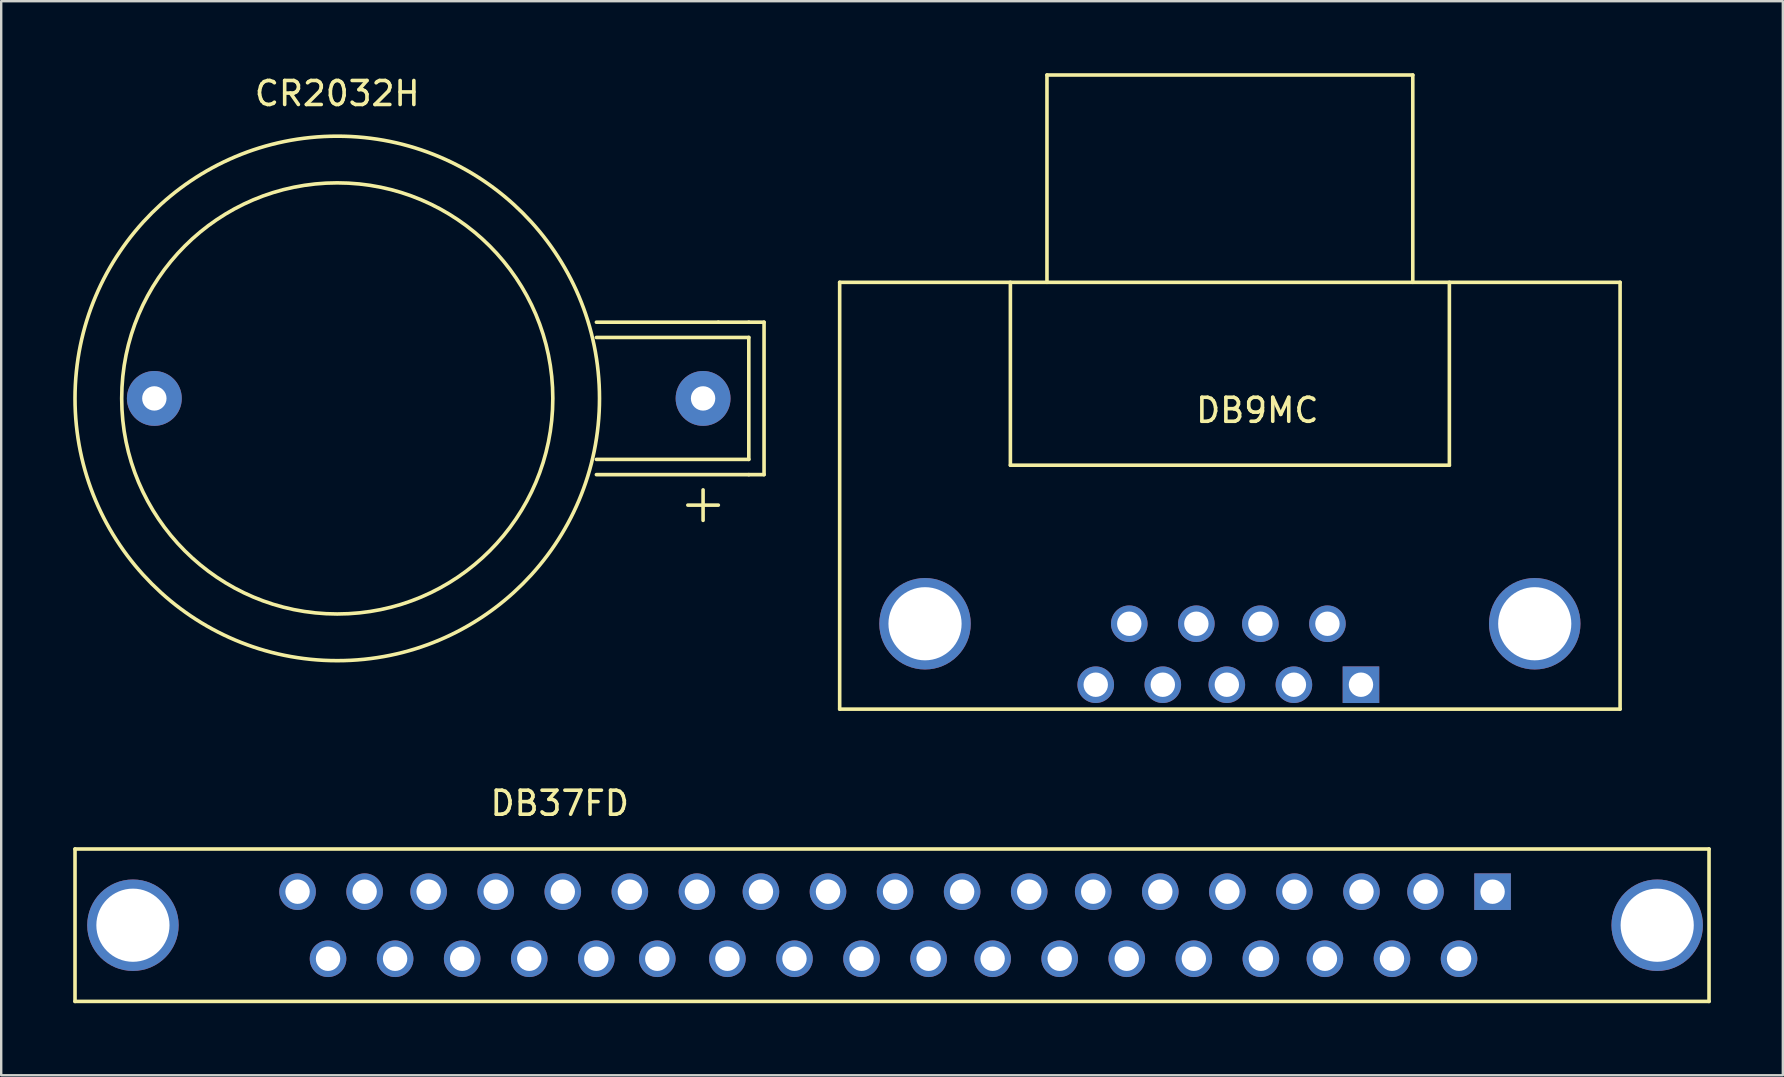
<source format=kicad_pcb>
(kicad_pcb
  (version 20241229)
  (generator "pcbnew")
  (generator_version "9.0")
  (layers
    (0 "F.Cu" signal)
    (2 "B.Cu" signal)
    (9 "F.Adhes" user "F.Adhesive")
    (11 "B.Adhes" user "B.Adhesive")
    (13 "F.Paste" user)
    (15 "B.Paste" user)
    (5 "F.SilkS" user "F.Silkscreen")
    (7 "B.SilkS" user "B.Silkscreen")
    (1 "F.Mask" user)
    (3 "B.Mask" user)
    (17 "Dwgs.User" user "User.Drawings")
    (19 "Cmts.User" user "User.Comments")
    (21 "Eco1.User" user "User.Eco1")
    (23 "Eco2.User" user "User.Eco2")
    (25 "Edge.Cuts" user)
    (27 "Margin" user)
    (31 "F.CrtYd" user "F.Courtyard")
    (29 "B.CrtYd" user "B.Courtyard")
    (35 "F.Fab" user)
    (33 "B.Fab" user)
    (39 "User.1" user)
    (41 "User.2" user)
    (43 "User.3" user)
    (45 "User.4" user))
  (footprint "CR2032H"
    (layer "F.Cu")
    (at 11 13.548)
    (property "Reference" "CR2032H" (at 0 -12.7 0) (layer "F.SilkS") (effects (font (size 1 1) (thickness 0.15))))
    (attr through_hole)
    (fp_line (start 10.795 -3.175) (end 15.875 -3.175) (stroke (width 0.15) (type solid)) (layer "F.SilkS"))
    (fp_line (start 10.795 -2.54) (end 17.145 -2.54) (stroke (width 0.15) (type solid)) (layer "F.SilkS"))
    (fp_line (start 14.605 4.445) (end 15.875 4.445) (stroke (width 0.15) (type solid)) (layer "F.SilkS"))
    (fp_line (start 15.24 3.81) (end 15.24 5.08) (stroke (width 0.15) (type solid)) (layer "F.SilkS"))
    (fp_line (start 15.875 -3.175) (end 17.145 -3.175) (stroke (width 0.15) (type solid)) (layer "F.SilkS"))
    (fp_line (start 17.145 -3.175) (end 17.78 -3.175) (stroke (width 0.15) (type solid)) (layer "F.SilkS"))
    (fp_line (start 17.145 -2.54) (end 17.145 2.54) (stroke (width 0.15) (type solid)) (layer "F.SilkS"))
    (fp_line (start 17.145 2.54) (end 10.795 2.54) (stroke (width 0.15) (type solid)) (layer "F.SilkS"))
    (fp_line (start 17.145 3.175) (end 10.795 3.175) (stroke (width 0.15) (type solid)) (layer "F.SilkS"))
    (fp_line (start 17.78 -3.175) (end 17.78 3.175) (stroke (width 0.15) (type solid)) (layer "F.SilkS"))
    (fp_line (start 17.78 3.175) (end 17.145 3.175) (stroke (width 0.15) (type solid)) (layer "F.SilkS"))
    (fp_circle (center 0 0) (end -1.27 -8.89) (stroke (width 0.15) (type solid)) (fill no) (layer "F.SilkS"))
    (fp_circle (center 0 0) (end 6.35 8.89) (stroke (width 0.15) (type solid)) (fill no) (layer "F.SilkS"))
    (pad "1" thru_hole circle (at 15.24 0) (size 2.286 2.286) (drill 1.016) (layers "*.Cu" "*.Mask"))
    (pad "2" thru_hole circle (at -7.62 0) (size 2.286 2.286) (drill 1.016) (layers "*.Cu" "*.Mask")))
  (footprint "DB37FD"
    (layer "F.Cu")
    (at 34.238 35.494)
    (property "Reference" "DB37FD" (at -13.97 -5.08 0) (layer "F.SilkS") (effects (font (size 1 1) (thickness 0.15))))
    (attr through_hole)
    (fp_line (start -34.163 -3.175) (end -34.163 3.175) (stroke (width 0.15) (type solid)) (layer "F.SilkS"))
    (fp_line (start -34.163 3.175) (end 33.909 3.175) (stroke (width 0.15) (type solid)) (layer "F.SilkS"))
    (fp_line (start 33.909 -3.175) (end -34.163 -3.175) (stroke (width 0.15) (type solid)) (layer "F.SilkS"))
    (fp_line (start 33.909 3.175) (end 33.909 -3.175) (stroke (width 0.15) (type solid)) (layer "F.SilkS"))
    (pad "" thru_hole circle (at -31.75 0) (size 3.81 3.81) (drill 3.048) (layers "*.Cu" "*.Mask"))
    (pad "" thru_hole circle (at 31.75 0) (size 3.81 3.81) (drill 3.048) (layers "*.Cu" "*.Mask"))
    (pad "1" thru_hole rect (at 24.892 -1.397) (size 1.524 1.524) (drill 1.016) (layers "*.Cu" "*.Mask"))
    (pad "2" thru_hole circle (at 22.098 -1.397) (size 1.524 1.524) (drill 1.016) (layers "*.Cu" "*.Mask"))
    (pad "3" thru_hole circle (at 19.431 -1.397) (size 1.524 1.524) (drill 1.016) (layers "*.Cu" "*.Mask"))
    (pad "4" thru_hole circle (at 16.637 -1.397) (size 1.524 1.524) (drill 1.016) (layers "*.Cu" "*.Mask"))
    (pad "5" thru_hole circle (at 13.843 -1.397) (size 1.524 1.524) (drill 1.016) (layers "*.Cu" "*.Mask"))
    (pad "6" thru_hole circle (at 11.049 -1.397) (size 1.524 1.524) (drill 1.016) (layers "*.Cu" "*.Mask"))
    (pad "7" thru_hole circle (at 8.255 -1.397) (size 1.524 1.524) (drill 1.016) (layers "*.Cu" "*.Mask"))
    (pad "8" thru_hole circle (at 5.588 -1.397) (size 1.524 1.524) (drill 1.016) (layers "*.Cu" "*.Mask"))
    (pad "9" thru_hole circle (at 2.794 -1.397) (size 1.524 1.524) (drill 1.016) (layers "*.Cu" "*.Mask"))
    (pad "10" thru_hole circle (at 0 -1.397) (size 1.524 1.524) (drill 1.016) (layers "*.Cu" "*.Mask"))
    (pad "11" thru_hole circle (at -2.794 -1.397) (size 1.524 1.524) (drill 1.016) (layers "*.Cu" "*.Mask"))
    (pad "12" thru_hole circle (at -5.588 -1.397) (size 1.524 1.524) (drill 1.016) (layers "*.Cu" "*.Mask"))
    (pad "13" thru_hole circle (at -8.255 -1.397) (size 1.524 1.524) (drill 1.016) (layers "*.Cu" "*.Mask"))
    (pad "14" thru_hole circle (at -11.049 -1.397) (size 1.524 1.524) (drill 1.016) (layers "*.Cu" "*.Mask"))
    (pad "15" thru_hole circle (at -13.843 -1.397) (size 1.524 1.524) (drill 1.016) (layers "*.Cu" "*.Mask"))
    (pad "16" thru_hole circle (at -16.637 -1.397) (size 1.524 1.524) (drill 1.016) (layers "*.Cu" "*.Mask"))
    (pad "17" thru_hole circle (at -19.431 -1.397) (size 1.524 1.524) (drill 1.016) (layers "*.Cu" "*.Mask"))
    (pad "18" thru_hole circle (at -22.098 -1.397) (size 1.524 1.524) (drill 1.016) (layers "*.Cu" "*.Mask"))
    (pad "19" thru_hole circle (at -24.892 -1.397) (size 1.524 1.524) (drill 1.016) (layers "*.Cu" "*.Mask"))
    (pad "20" thru_hole circle (at 23.495 1.397) (size 1.524 1.524) (drill 1.016) (layers "*.Cu" "*.Mask"))
    (pad "21" thru_hole circle (at 20.701 1.397) (size 1.524 1.524) (drill 1.016) (layers "*.Cu" "*.Mask"))
    (pad "22" thru_hole circle (at 17.907 1.397) (size 1.524 1.524) (drill 1.016) (layers "*.Cu" "*.Mask"))
    (pad "23" thru_hole circle (at 15.24 1.397) (size 1.524 1.524) (drill 1.016) (layers "*.Cu" "*.Mask"))
    (pad "24" thru_hole circle (at 12.446 1.397) (size 1.524 1.524) (drill 1.016) (layers "*.Cu" "*.Mask"))
    (pad "25" thru_hole circle (at 9.652 1.397) (size 1.524 1.524) (drill 1.016) (layers "*.Cu" "*.Mask"))
    (pad "26" thru_hole circle (at 6.858 1.397) (size 1.524 1.524) (drill 1.016) (layers "*.Cu" "*.Mask"))
    (pad "27" thru_hole circle (at 4.064 1.397) (size 1.524 1.524) (drill 1.016) (layers "*.Cu" "*.Mask"))
    (pad "28" thru_hole circle (at 1.397 1.397) (size 1.524 1.524) (drill 1.016) (layers "*.Cu" "*.Mask"))
    (pad "29" thru_hole circle (at -1.397 1.397) (size 1.524 1.524) (drill 1.016) (layers "*.Cu" "*.Mask"))
    (pad "30" thru_hole circle (at -4.191 1.397) (size 1.524 1.524) (drill 1.016) (layers "*.Cu" "*.Mask"))
    (pad "31" thru_hole circle (at -6.985 1.397) (size 1.524 1.524) (drill 1.016) (layers "*.Cu" "*.Mask"))
    (pad "32" thru_hole circle (at -9.906 1.397) (size 1.524 1.524) (drill 1.016) (layers "*.Cu" "*.Mask"))
    (pad "33" thru_hole circle (at -12.446 1.397) (size 1.524 1.524) (drill 1.016) (layers "*.Cu" "*.Mask"))
    (pad "34" thru_hole circle (at -15.24 1.397) (size 1.524 1.524) (drill 1.016) (layers "*.Cu" "*.Mask"))
    (pad "35" thru_hole circle (at -18.034 1.397) (size 1.524 1.524) (drill 1.016) (layers "*.Cu" "*.Mask"))
    (pad "36" thru_hole circle (at -20.828 1.397) (size 1.524 1.524) (drill 1.016) (layers "*.Cu" "*.Mask"))
    (pad "37" thru_hole circle (at -23.622 1.397) (size 1.524 1.524) (drill 1.016) (layers "*.Cu" "*.Mask")))
  (footprint "DB9MC"
    (layer "F.Cu")
    (at 48.059 24.205)
    (property "Reference" "DB9MC" (at 1.27 -10.16 0) (layer "F.SilkS") (effects (font (size 1 1) (thickness 0.15))))
    (attr through_hole)
    (fp_line (start -16.129 -15.494) (end -16.129 2.286) (stroke (width 0.15) (type solid)) (layer "F.SilkS"))
    (fp_line (start -16.129 2.286) (end 16.383 2.286) (stroke (width 0.15) (type solid)) (layer "F.SilkS"))
    (fp_line (start -9.017 -15.494) (end -9.017 -7.874) (stroke (width 0.15) (type solid)) (layer "F.SilkS"))
    (fp_line (start -9.017 -7.874) (end 9.271 -7.874) (stroke (width 0.15) (type solid)) (layer "F.SilkS"))
    (fp_line (start -7.493 -24.13) (end 7.747 -24.13) (stroke (width 0.15) (type solid)) (layer "F.SilkS"))
    (fp_line (start -7.493 -15.494) (end -7.493 -24.13) (stroke (width 0.15) (type solid)) (layer "F.SilkS"))
    (fp_line (start 7.747 -24.13) (end 7.747 -15.494) (stroke (width 0.15) (type solid)) (layer "F.SilkS"))
    (fp_line (start 9.271 -7.874) (end 9.271 -15.494) (stroke (width 0.15) (type solid)) (layer "F.SilkS"))
    (fp_line (start 16.383 -15.494) (end -16.129 -15.494) (stroke (width 0.15) (type solid)) (layer "F.SilkS"))
    (fp_line (start 16.383 2.286) (end 16.383 -15.494) (stroke (width 0.15) (type solid)) (layer "F.SilkS"))
    (pad "" thru_hole circle (at -12.573 -1.27) (size 3.81 3.81) (drill 3.048) (layers "*.Cu" "*.Mask"))
    (pad "" thru_hole circle (at 12.827 -1.27) (size 3.81 3.81) (drill 3.048) (layers "*.Cu" "*.Mask"))
    (pad "1" thru_hole rect (at 5.588 1.27) (size 1.524 1.524) (drill 1.016) (layers "*.Cu" "*.Mask"))
    (pad "2" thru_hole circle (at 2.794 1.27) (size 1.524 1.524) (drill 1.016) (layers "*.Cu" "*.Mask"))
    (pad "3" thru_hole circle (at 0 1.27) (size 1.524 1.524) (drill 1.016) (layers "*.Cu" "*.Mask"))
    (pad "4" thru_hole circle (at -2.667 1.27) (size 1.524 1.524) (drill 1.016) (layers "*.Cu" "*.Mask"))
    (pad "5" thru_hole circle (at -5.461 1.27) (size 1.524 1.524) (drill 1.016) (layers "*.Cu" "*.Mask"))
    (pad "6" thru_hole circle (at 4.191 -1.27) (size 1.524 1.524) (drill 1.016) (layers "*.Cu" "*.Mask"))
    (pad "7" thru_hole circle (at 1.397 -1.27) (size 1.524 1.524) (drill 1.016) (layers "*.Cu" "*.Mask"))
    (pad "8" thru_hole circle (at -1.27 -1.27) (size 1.524 1.524) (drill 1.016) (layers "*.Cu" "*.Mask"))
    (pad "9" thru_hole circle (at -4.064 -1.27) (size 1.524 1.524) (drill 1.016) (layers "*.Cu" "*.Mask")))
  (gr_rect
    (start -3 -3)
    (end 71.222 41.744)
    (stroke (width 0.1) (type default))
    (fill no)
    (layer "Edge.Cuts")))
</source>
